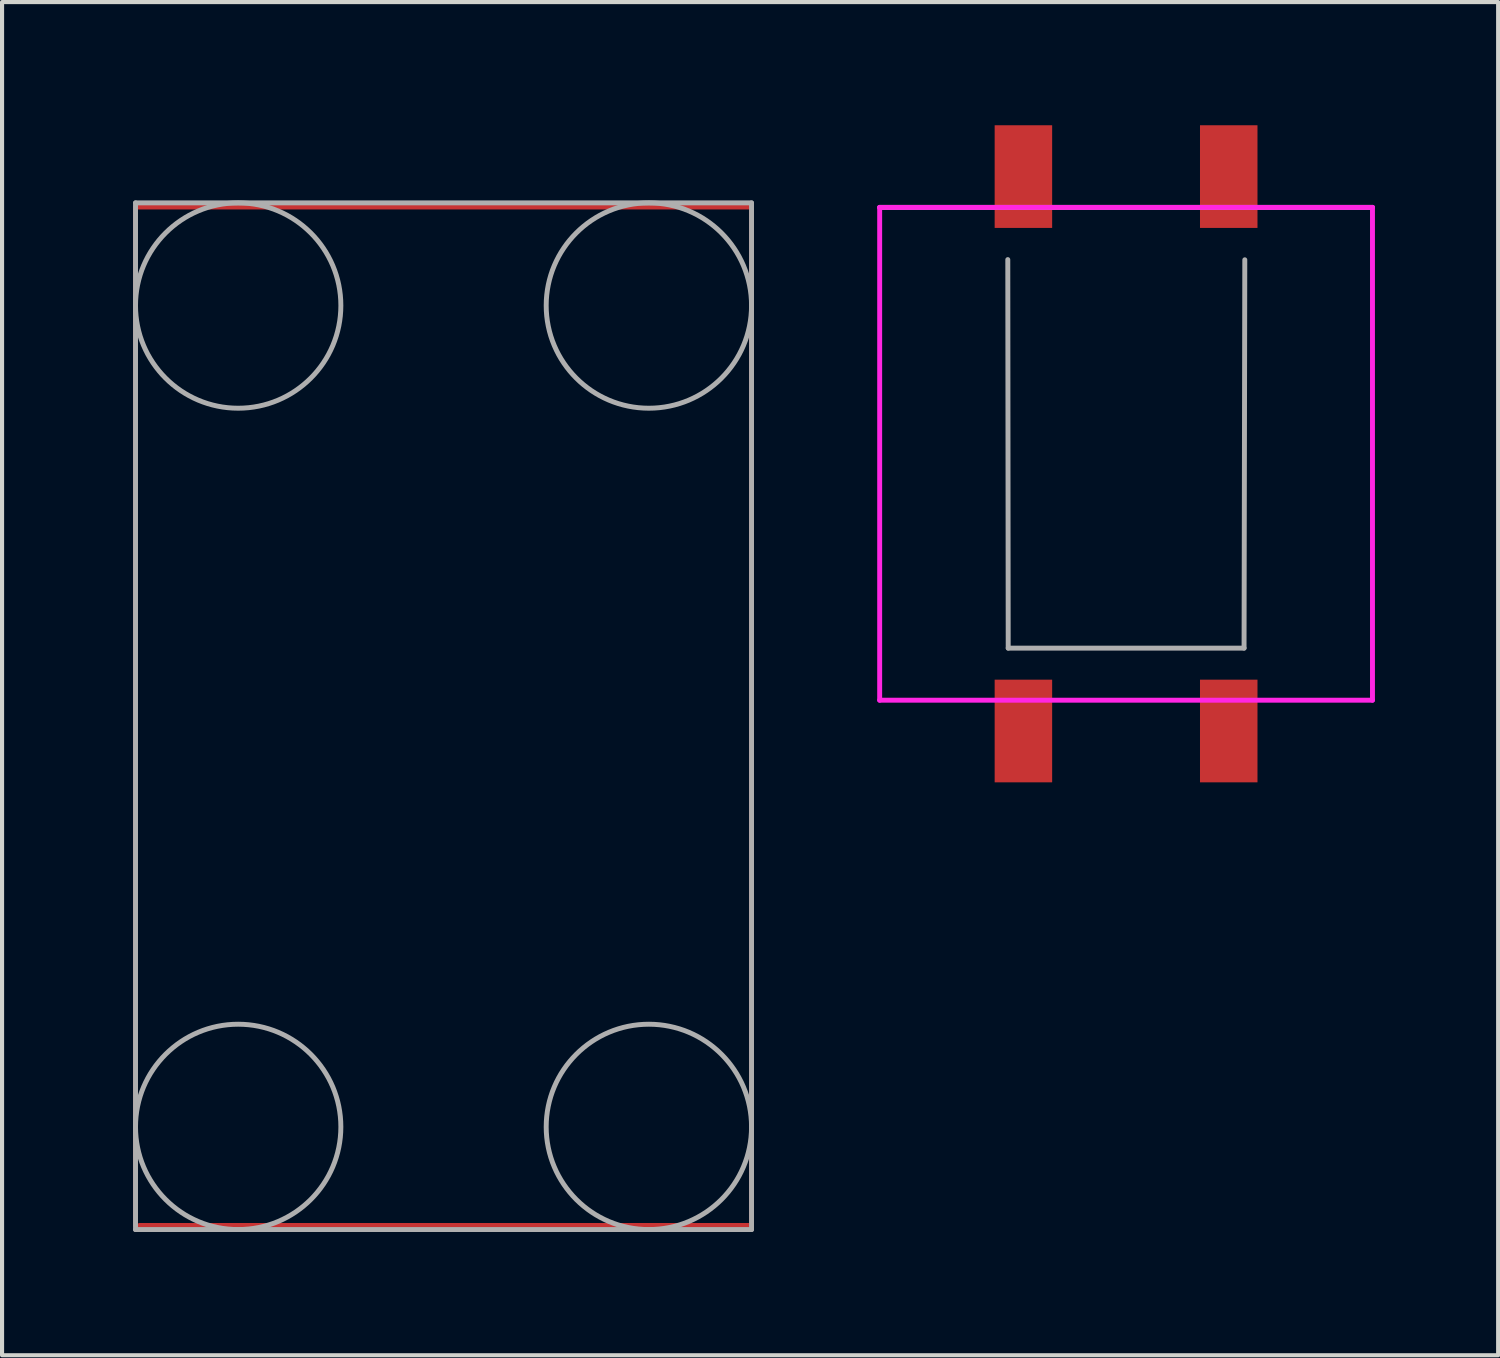
<source format=kicad_pcb>
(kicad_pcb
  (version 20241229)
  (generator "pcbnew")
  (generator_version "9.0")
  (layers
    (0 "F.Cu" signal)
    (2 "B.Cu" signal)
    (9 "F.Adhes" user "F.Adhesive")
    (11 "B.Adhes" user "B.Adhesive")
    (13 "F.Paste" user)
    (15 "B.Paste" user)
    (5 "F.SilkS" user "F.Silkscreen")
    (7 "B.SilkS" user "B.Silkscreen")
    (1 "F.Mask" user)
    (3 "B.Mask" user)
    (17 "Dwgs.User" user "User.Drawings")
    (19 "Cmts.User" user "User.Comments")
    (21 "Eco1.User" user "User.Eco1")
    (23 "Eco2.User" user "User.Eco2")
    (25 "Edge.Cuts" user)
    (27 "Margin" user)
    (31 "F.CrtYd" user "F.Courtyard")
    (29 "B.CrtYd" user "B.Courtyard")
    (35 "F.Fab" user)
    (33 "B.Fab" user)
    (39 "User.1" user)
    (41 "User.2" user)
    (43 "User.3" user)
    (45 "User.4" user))
  (footprint "button_12x12"
    (layer "F.Cu")
    (at 24.37 8)
    (property "Reference" "button_12x12" (at 0.152 7.061 180) (layer "Eco2.User") (effects (font (size 0.3 0.3) (thickness 0.075))))
    (attr smd)
    (fp_line (start -6 -6) (end -6 6) (stroke (width 0.12) (type solid)) (layer "F.CrtYd"))
    (fp_line (start 6 -6) (end -6 -6) (stroke (width 0.12) (type solid)) (layer "F.CrtYd"))
    (fp_line (start 6 -6) (end 6 6) (stroke (width 0.12) (type solid)) (layer "F.CrtYd"))
    (fp_line (start 6 6) (end -6 6) (stroke (width 0.12) (type solid)) (layer "F.CrtYd"))
    (fp_line (start -6 -6) (end 6 -6) (stroke (width 0.12) (type solid)) (layer "F.Fab"))
    (fp_line (start -2.87 4.732) (end -2.88 -4.729) (stroke (width 0.12) (type solid)) (layer "F.Fab"))
    (fp_line (start 2.873 4.732) (end -2.87 4.732) (stroke (width 0.12) (type solid)) (layer "F.Fab"))
    (fp_line (start 2.891 -4.724) (end 2.873 4.732) (stroke (width 0.12) (type solid)) (layer "F.Fab"))
    (pad "1" smd rect (at 2.5 -6.75 270) (size 2.5 1.4) (layers "F.Cu" "F.Mask" "F.Paste"))
    (pad "2" smd rect (at -2.5 -6.75 270) (size 2.5 1.4) (layers "F.Cu" "F.Mask" "F.Paste"))
    (pad "3" smd rect (at 2.5 6.75 270) (size 2.5 1.4) (layers "F.Cu" "F.Mask" "F.Paste"))
    (pad "4" smd rect (at -2.5 6.75 270) (size 2.5 1.4) (layers "F.Cu" "F.Mask" "F.Paste")))
  (footprint "board_mounting_area"
    (layer "F.Cu")
    (at 0.25 1.89)
    (property "Reference" "board_mounting_area" (at 7.696 -1.583 0) (layer "Eco2.User") (effects (font (size 0.3 0.3) (thickness 0.075))))
    (attr through_hole)
    (fp_line (start 0 0.1) (end 15 0.1) (stroke (width 0.12) (type solid)) (layer "F.Cu"))
    (fp_line (start 0 24.9) (end 0 0.1) (stroke (width 0.12) (type solid)) (layer "F.Cu"))
    (fp_line (start 15 0.1) (end 15 24.9) (stroke (width 0.12) (type solid)) (layer "F.Cu"))
    (fp_line (start 15 24.9) (end 0.1 24.9) (stroke (width 0.12) (type solid)) (layer "F.Cu"))
    (fp_line (start 0 0) (end 0 25) (stroke (width 0.12) (type solid)) (layer "F.Fab"))
    (fp_line (start 0 0) (end 15 0) (stroke (width 0.12) (type solid)) (layer "F.Fab"))
    (fp_line (start 0 25) (end 15 25) (stroke (width 0.12) (type solid)) (layer "F.Fab"))
    (fp_line (start 15 0) (end 15 25) (stroke (width 0.12) (type solid)) (layer "F.Fab"))
    (fp_circle (center 2.5 2.5) (end 5 2.5) (stroke (width 0.12) (type solid)) (fill no) (layer "F.Fab"))
    (fp_circle (center 2.5 22.5) (end 5 22.5) (stroke (width 0.12) (type solid)) (fill no) (layer "F.Fab"))
    (fp_circle (center 12.5 2.5) (end 15 2.5) (stroke (width 0.12) (type solid)) (fill no) (layer "F.Fab"))
    (fp_circle (center 12.5 22.5) (end 15 22.5) (stroke (width 0.12) (type solid)) (fill no) (layer "F.Fab")))
  (gr_rect
    (start -3 -3)
    (end 33.43 29.95)
    (stroke (width 0.1) (type default))
    (fill no)
    (layer "Edge.Cuts")))
</source>
